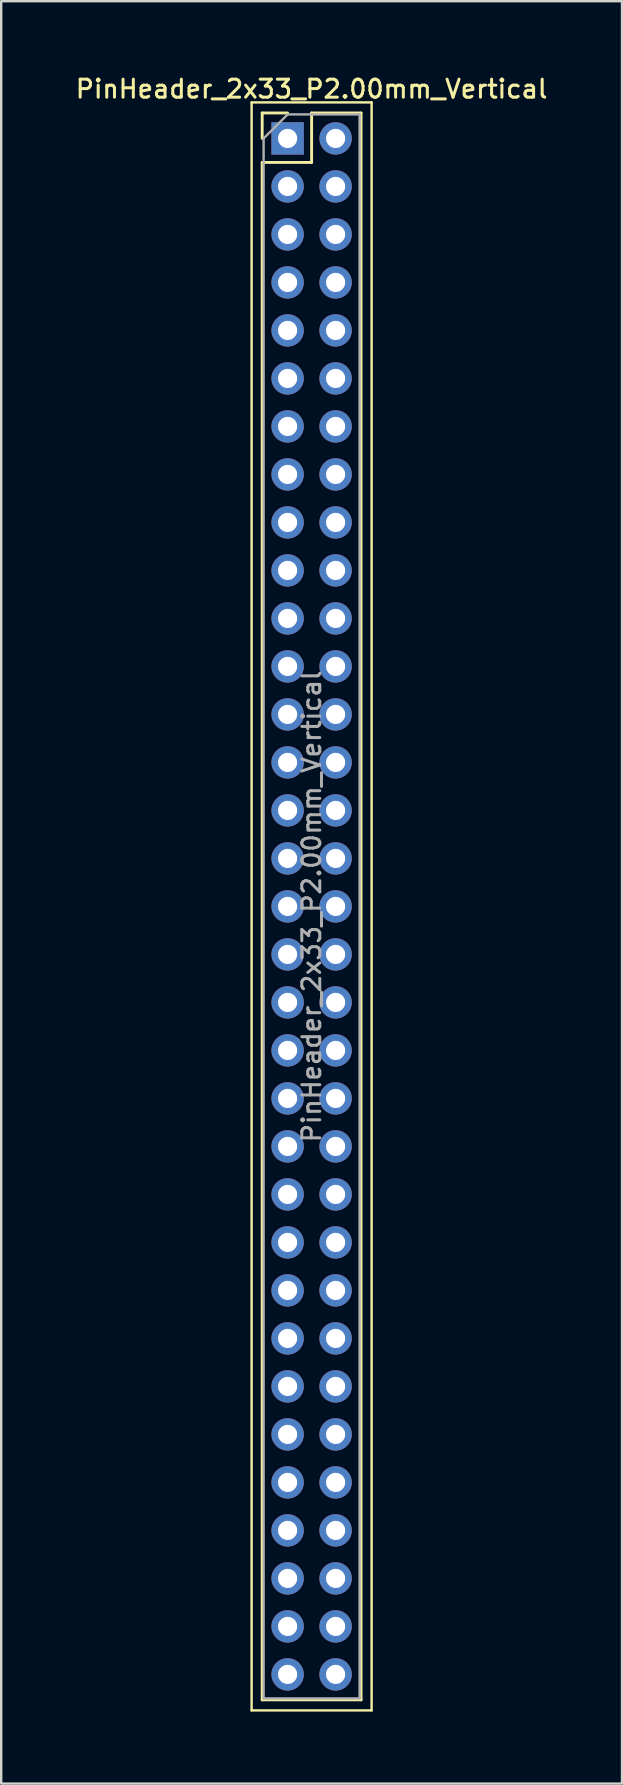
<source format=kicad_pcb>
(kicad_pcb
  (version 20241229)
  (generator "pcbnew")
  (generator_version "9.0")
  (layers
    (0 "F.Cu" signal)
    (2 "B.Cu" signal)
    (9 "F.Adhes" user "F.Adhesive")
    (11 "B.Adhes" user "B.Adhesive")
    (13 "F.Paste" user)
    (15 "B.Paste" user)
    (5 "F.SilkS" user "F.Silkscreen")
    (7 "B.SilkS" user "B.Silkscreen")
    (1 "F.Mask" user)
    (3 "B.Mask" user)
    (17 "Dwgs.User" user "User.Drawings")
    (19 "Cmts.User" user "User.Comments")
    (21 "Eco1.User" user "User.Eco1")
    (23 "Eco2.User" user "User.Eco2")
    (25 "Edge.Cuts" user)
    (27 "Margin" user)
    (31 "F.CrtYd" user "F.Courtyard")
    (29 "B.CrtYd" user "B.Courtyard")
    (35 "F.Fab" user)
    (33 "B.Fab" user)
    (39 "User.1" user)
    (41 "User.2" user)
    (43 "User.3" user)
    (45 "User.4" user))
  (footprint "PinHeader_2x33_P2.00mm_Vertical"
    (layer "F.Cu")
    (at 8.934 2.718)
    (property "Reference" "PinHeader_2x33_P2.00mm_Vertical" (at 1 -2.06 0) (layer "F.SilkS") (effects (font (size 0.75 0.75) (thickness 0.125))))
    (attr through_hole)
    (fp_line (start -1.5 -1.5) (end -1.5 65.5) (stroke (width 0.1) (type solid)) (layer "F.SilkS"))
    (fp_line (start -1.5 65.5) (end 3.5 65.5) (stroke (width 0.1) (type solid)) (layer "F.SilkS"))
    (fp_line (start -1.06 -1.06) (end 0 -1.06) (stroke (width 0.12) (type solid)) (layer "F.SilkS"))
    (fp_line (start -1.06 0) (end -1.06 -1.06) (stroke (width 0.12) (type solid)) (layer "F.SilkS"))
    (fp_line (start -1.06 1) (end -1.06 65.06) (stroke (width 0.12) (type solid)) (layer "F.SilkS"))
    (fp_line (start -1.06 1) (end 1 1) (stroke (width 0.12) (type solid)) (layer "F.SilkS"))
    (fp_line (start -1.06 65.06) (end 3.06 65.06) (stroke (width 0.12) (type solid)) (layer "F.SilkS"))
    (fp_line (start 1 -1.06) (end 3.06 -1.06) (stroke (width 0.12) (type solid)) (layer "F.SilkS"))
    (fp_line (start 1 1) (end 1 -1.06) (stroke (width 0.12) (type solid)) (layer "F.SilkS"))
    (fp_line (start 3.06 -1.06) (end 3.06 65.06) (stroke (width 0.12) (type solid)) (layer "F.SilkS"))
    (fp_line (start 3.5 -1.5) (end -1.5 -1.5) (stroke (width 0.1) (type solid)) (layer "F.SilkS"))
    (fp_line (start 3.5 65.5) (end 3.5 -1.5) (stroke (width 0.1) (type solid)) (layer "F.SilkS"))
    (fp_line (start -1 0) (end 0 -1) (stroke (width 0.1) (type solid)) (layer "F.Fab"))
    (fp_line (start -1 65) (end -1 0) (stroke (width 0.1) (type solid)) (layer "F.Fab"))
    (fp_line (start 0 -1) (end 3 -1) (stroke (width 0.1) (type solid)) (layer "F.Fab"))
    (fp_line (start 3 -1) (end 3 65) (stroke (width 0.1) (type solid)) (layer "F.Fab"))
    (fp_line (start 3 65) (end -1 65) (stroke (width 0.1) (type solid)) (layer "F.Fab"))
    (fp_text user "${REFERENCE}" (at 1 32 90) (layer "F.Fab") (effects (font (size 0.75 0.75) (thickness 0.125))))
    (pad "1" thru_hole rect (at 0 0) (size 1.35 1.35) (drill 0.8) (layers "*.Cu" "*.Mask"))
    (pad "2" thru_hole oval (at 2 0) (size 1.35 1.35) (drill 0.8) (layers "*.Cu" "*.Mask"))
    (pad "3" thru_hole oval (at 0 2) (size 1.35 1.35) (drill 0.8) (layers "*.Cu" "*.Mask"))
    (pad "4" thru_hole oval (at 2 2) (size 1.35 1.35) (drill 0.8) (layers "*.Cu" "*.Mask"))
    (pad "5" thru_hole oval (at 0 4) (size 1.35 1.35) (drill 0.8) (layers "*.Cu" "*.Mask"))
    (pad "6" thru_hole oval (at 2 4) (size 1.35 1.35) (drill 0.8) (layers "*.Cu" "*.Mask"))
    (pad "7" thru_hole oval (at 0 6) (size 1.35 1.35) (drill 0.8) (layers "*.Cu" "*.Mask"))
    (pad "8" thru_hole oval (at 2 6) (size 1.35 1.35) (drill 0.8) (layers "*.Cu" "*.Mask"))
    (pad "9" thru_hole oval (at 0 8) (size 1.35 1.35) (drill 0.8) (layers "*.Cu" "*.Mask"))
    (pad "10" thru_hole oval (at 2 8) (size 1.35 1.35) (drill 0.8) (layers "*.Cu" "*.Mask"))
    (pad "11" thru_hole oval (at 0 10) (size 1.35 1.35) (drill 0.8) (layers "*.Cu" "*.Mask"))
    (pad "12" thru_hole oval (at 2 10) (size 1.35 1.35) (drill 0.8) (layers "*.Cu" "*.Mask"))
    (pad "13" thru_hole oval (at 0 12) (size 1.35 1.35) (drill 0.8) (layers "*.Cu" "*.Mask"))
    (pad "14" thru_hole oval (at 2 12) (size 1.35 1.35) (drill 0.8) (layers "*.Cu" "*.Mask"))
    (pad "15" thru_hole oval (at 0 14) (size 1.35 1.35) (drill 0.8) (layers "*.Cu" "*.Mask"))
    (pad "16" thru_hole oval (at 2 14) (size 1.35 1.35) (drill 0.8) (layers "*.Cu" "*.Mask"))
    (pad "17" thru_hole oval (at 0 16) (size 1.35 1.35) (drill 0.8) (layers "*.Cu" "*.Mask"))
    (pad "18" thru_hole oval (at 2 16) (size 1.35 1.35) (drill 0.8) (layers "*.Cu" "*.Mask"))
    (pad "19" thru_hole oval (at 0 18) (size 1.35 1.35) (drill 0.8) (layers "*.Cu" "*.Mask"))
    (pad "20" thru_hole oval (at 2 18) (size 1.35 1.35) (drill 0.8) (layers "*.Cu" "*.Mask"))
    (pad "21" thru_hole oval (at 0 20) (size 1.35 1.35) (drill 0.8) (layers "*.Cu" "*.Mask"))
    (pad "22" thru_hole oval (at 2 20) (size 1.35 1.35) (drill 0.8) (layers "*.Cu" "*.Mask"))
    (pad "23" thru_hole oval (at 0 22) (size 1.35 1.35) (drill 0.8) (layers "*.Cu" "*.Mask"))
    (pad "24" thru_hole oval (at 2 22) (size 1.35 1.35) (drill 0.8) (layers "*.Cu" "*.Mask"))
    (pad "25" thru_hole oval (at 0 24) (size 1.35 1.35) (drill 0.8) (layers "*.Cu" "*.Mask"))
    (pad "26" thru_hole oval (at 2 24) (size 1.35 1.35) (drill 0.8) (layers "*.Cu" "*.Mask"))
    (pad "27" thru_hole oval (at 0 26) (size 1.35 1.35) (drill 0.8) (layers "*.Cu" "*.Mask"))
    (pad "28" thru_hole oval (at 2 26) (size 1.35 1.35) (drill 0.8) (layers "*.Cu" "*.Mask"))
    (pad "29" thru_hole oval (at 0 28) (size 1.35 1.35) (drill 0.8) (layers "*.Cu" "*.Mask"))
    (pad "30" thru_hole oval (at 2 28) (size 1.35 1.35) (drill 0.8) (layers "*.Cu" "*.Mask"))
    (pad "31" thru_hole oval (at 0 30) (size 1.35 1.35) (drill 0.8) (layers "*.Cu" "*.Mask"))
    (pad "32" thru_hole oval (at 2 30) (size 1.35 1.35) (drill 0.8) (layers "*.Cu" "*.Mask"))
    (pad "33" thru_hole oval (at 0 32) (size 1.35 1.35) (drill 0.8) (layers "*.Cu" "*.Mask"))
    (pad "34" thru_hole oval (at 2 32) (size 1.35 1.35) (drill 0.8) (layers "*.Cu" "*.Mask"))
    (pad "35" thru_hole oval (at 0 34) (size 1.35 1.35) (drill 0.8) (layers "*.Cu" "*.Mask"))
    (pad "36" thru_hole oval (at 2 34) (size 1.35 1.35) (drill 0.8) (layers "*.Cu" "*.Mask"))
    (pad "37" thru_hole oval (at 0 36) (size 1.35 1.35) (drill 0.8) (layers "*.Cu" "*.Mask"))
    (pad "38" thru_hole oval (at 2 36) (size 1.35 1.35) (drill 0.8) (layers "*.Cu" "*.Mask"))
    (pad "39" thru_hole oval (at 0 38) (size 1.35 1.35) (drill 0.8) (layers "*.Cu" "*.Mask"))
    (pad "40" thru_hole oval (at 2 38) (size 1.35 1.35) (drill 0.8) (layers "*.Cu" "*.Mask"))
    (pad "41" thru_hole oval (at 0 40) (size 1.35 1.35) (drill 0.8) (layers "*.Cu" "*.Mask"))
    (pad "42" thru_hole oval (at 2 40) (size 1.35 1.35) (drill 0.8) (layers "*.Cu" "*.Mask"))
    (pad "43" thru_hole oval (at 0 42) (size 1.35 1.35) (drill 0.8) (layers "*.Cu" "*.Mask"))
    (pad "44" thru_hole oval (at 2 42) (size 1.35 1.35) (drill 0.8) (layers "*.Cu" "*.Mask"))
    (pad "45" thru_hole oval (at 0 44) (size 1.35 1.35) (drill 0.8) (layers "*.Cu" "*.Mask"))
    (pad "46" thru_hole oval (at 2 44) (size 1.35 1.35) (drill 0.8) (layers "*.Cu" "*.Mask"))
    (pad "47" thru_hole oval (at 0 46) (size 1.35 1.35) (drill 0.8) (layers "*.Cu" "*.Mask"))
    (pad "48" thru_hole oval (at 2 46) (size 1.35 1.35) (drill 0.8) (layers "*.Cu" "*.Mask"))
    (pad "49" thru_hole oval (at 0 48) (size 1.35 1.35) (drill 0.8) (layers "*.Cu" "*.Mask"))
    (pad "50" thru_hole oval (at 2 48) (size 1.35 1.35) (drill 0.8) (layers "*.Cu" "*.Mask"))
    (pad "51" thru_hole oval (at 0 50) (size 1.35 1.35) (drill 0.8) (layers "*.Cu" "*.Mask"))
    (pad "52" thru_hole oval (at 2 50) (size 1.35 1.35) (drill 0.8) (layers "*.Cu" "*.Mask"))
    (pad "53" thru_hole oval (at 0 52) (size 1.35 1.35) (drill 0.8) (layers "*.Cu" "*.Mask"))
    (pad "54" thru_hole oval (at 2 52) (size 1.35 1.35) (drill 0.8) (layers "*.Cu" "*.Mask"))
    (pad "55" thru_hole oval (at 0 54) (size 1.35 1.35) (drill 0.8) (layers "*.Cu" "*.Mask"))
    (pad "56" thru_hole oval (at 2 54) (size 1.35 1.35) (drill 0.8) (layers "*.Cu" "*.Mask"))
    (pad "57" thru_hole oval (at 0 56) (size 1.35 1.35) (drill 0.8) (layers "*.Cu" "*.Mask"))
    (pad "58" thru_hole oval (at 2 56) (size 1.35 1.35) (drill 0.8) (layers "*.Cu" "*.Mask"))
    (pad "59" thru_hole oval (at 0 58) (size 1.35 1.35) (drill 0.8) (layers "*.Cu" "*.Mask"))
    (pad "60" thru_hole oval (at 2 58) (size 1.35 1.35) (drill 0.8) (layers "*.Cu" "*.Mask"))
    (pad "61" thru_hole oval (at 0 60) (size 1.35 1.35) (drill 0.8) (layers "*.Cu" "*.Mask"))
    (pad "62" thru_hole oval (at 2 60) (size 1.35 1.35) (drill 0.8) (layers "*.Cu" "*.Mask"))
    (pad "63" thru_hole oval (at 0 62) (size 1.35 1.35) (drill 0.8) (layers "*.Cu" "*.Mask"))
    (pad "64" thru_hole oval (at 2 62) (size 1.35 1.35) (drill 0.8) (layers "*.Cu" "*.Mask"))
    (pad "65" thru_hole oval (at 0 64) (size 1.35 1.35) (drill 0.8) (layers "*.Cu" "*.Mask"))
    (pad "66" thru_hole oval (at 2 64) (size 1.35 1.35) (drill 0.8) (layers "*.Cu" "*.Mask")))
  (gr_rect
    (start -3 -3)
    (end 22.868 71.268)
    (stroke (width 0.1) (type default))
    (fill no)
    (layer "Edge.Cuts")))
</source>
